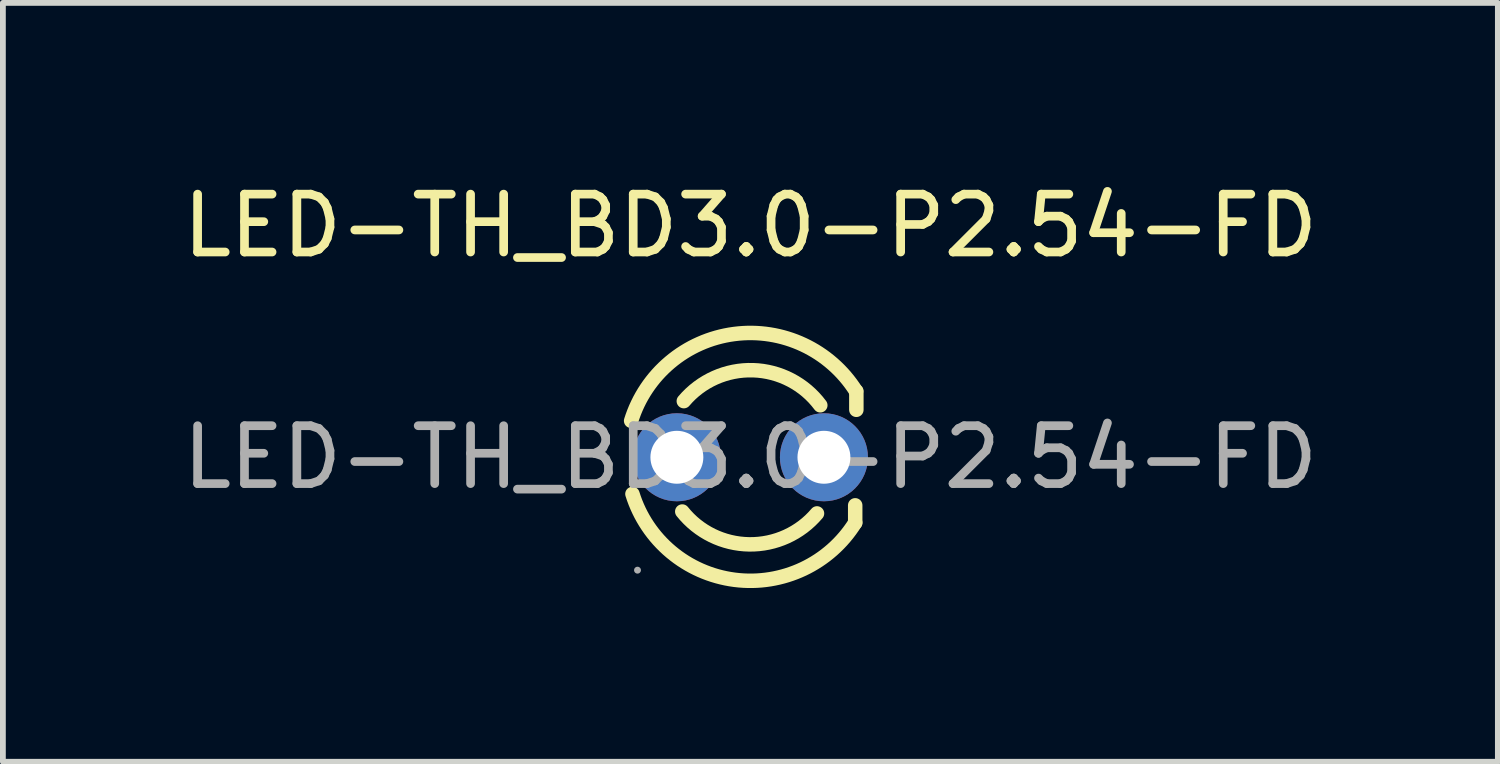
<source format=kicad_pcb>
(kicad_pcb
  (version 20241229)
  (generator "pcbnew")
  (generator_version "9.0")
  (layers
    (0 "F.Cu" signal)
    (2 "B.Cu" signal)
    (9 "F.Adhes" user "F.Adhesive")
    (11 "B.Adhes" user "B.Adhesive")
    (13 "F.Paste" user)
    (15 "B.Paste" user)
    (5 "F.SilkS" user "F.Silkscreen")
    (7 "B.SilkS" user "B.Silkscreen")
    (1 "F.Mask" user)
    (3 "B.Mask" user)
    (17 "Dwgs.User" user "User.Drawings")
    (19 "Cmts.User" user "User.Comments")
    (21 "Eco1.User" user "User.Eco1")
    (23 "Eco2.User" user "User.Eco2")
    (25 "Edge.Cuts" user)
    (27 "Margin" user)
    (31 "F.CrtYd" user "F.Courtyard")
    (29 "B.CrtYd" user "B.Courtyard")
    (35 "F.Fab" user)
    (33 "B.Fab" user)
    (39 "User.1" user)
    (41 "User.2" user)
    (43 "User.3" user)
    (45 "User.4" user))
  (footprint "LED-TH_BD3.0-P2.54-FD"
    (layer "F.Cu")
    (at 9.911 4.848)
    (property "Reference" "LED-TH_BD3.0-P2.54-FD" (at 0 -4 0) (layer "F.SilkS") (effects (font (size 1 1) (thickness 0.15))))
    (attr through_hole)
    (fp_line (start 1.81 0.83) (end 1.81 1.13) (stroke (width 0.25) (type solid)) (layer "F.SilkS"))
    (fp_line (start 1.83 -1.14) (end 1.83 -0.82) (stroke (width 0.25) (type solid)) (layer "F.SilkS"))
    (fp_arc (start -2.06 -0.63) (mid -0.281041 -2.128742) (end 1.824724 -1.140471) (stroke (width 0.25) (type solid)) (layer "F.SilkS"))
    (fp_arc (start -1.15 -0.97) (mid 0.045863 -1.503761) (end 1.206975 -0.898115) (stroke (width 0.25) (type solid)) (layer "F.SilkS"))
    (fp_arc (start 1.15 0.97) (mid -0.021187 1.504311) (end -1.176862 0.937228) (stroke (width 0.25) (type solid)) (layer "F.SilkS"))
    (fp_arc (start 1.81 1.13) (mid -0.27286 2.116258) (end -2.037433 0.63393) (stroke (width 0.25) (type solid)) (layer "F.SilkS"))
    (fp_circle (center -1.95 1.95) (end -1.92 1.95) (stroke (width 0.06) (type solid)) (fill no) (layer "F.Fab"))
    (fp_text user "${REFERENCE}" (at 0 0 0) (layer "F.Fab") (effects (font (size 1 1) (thickness 0.15))))
    (pad "1" thru_hole circle (at -1.27 0) (size 1.52 1.52) (drill 0.914) (layers "*.Cu" "*.Mask"))
    (pad "2" thru_hole circle (at 1.27 0) (size 1.52 1.52) (drill 0.914) (layers "*.Cu" "*.Mask")))
  (gr_rect
    (start -3 -3)
    (end 22.821 10.107)
    (stroke (width 0.1) (type default))
    (fill no)
    (layer "Edge.Cuts")))
</source>
